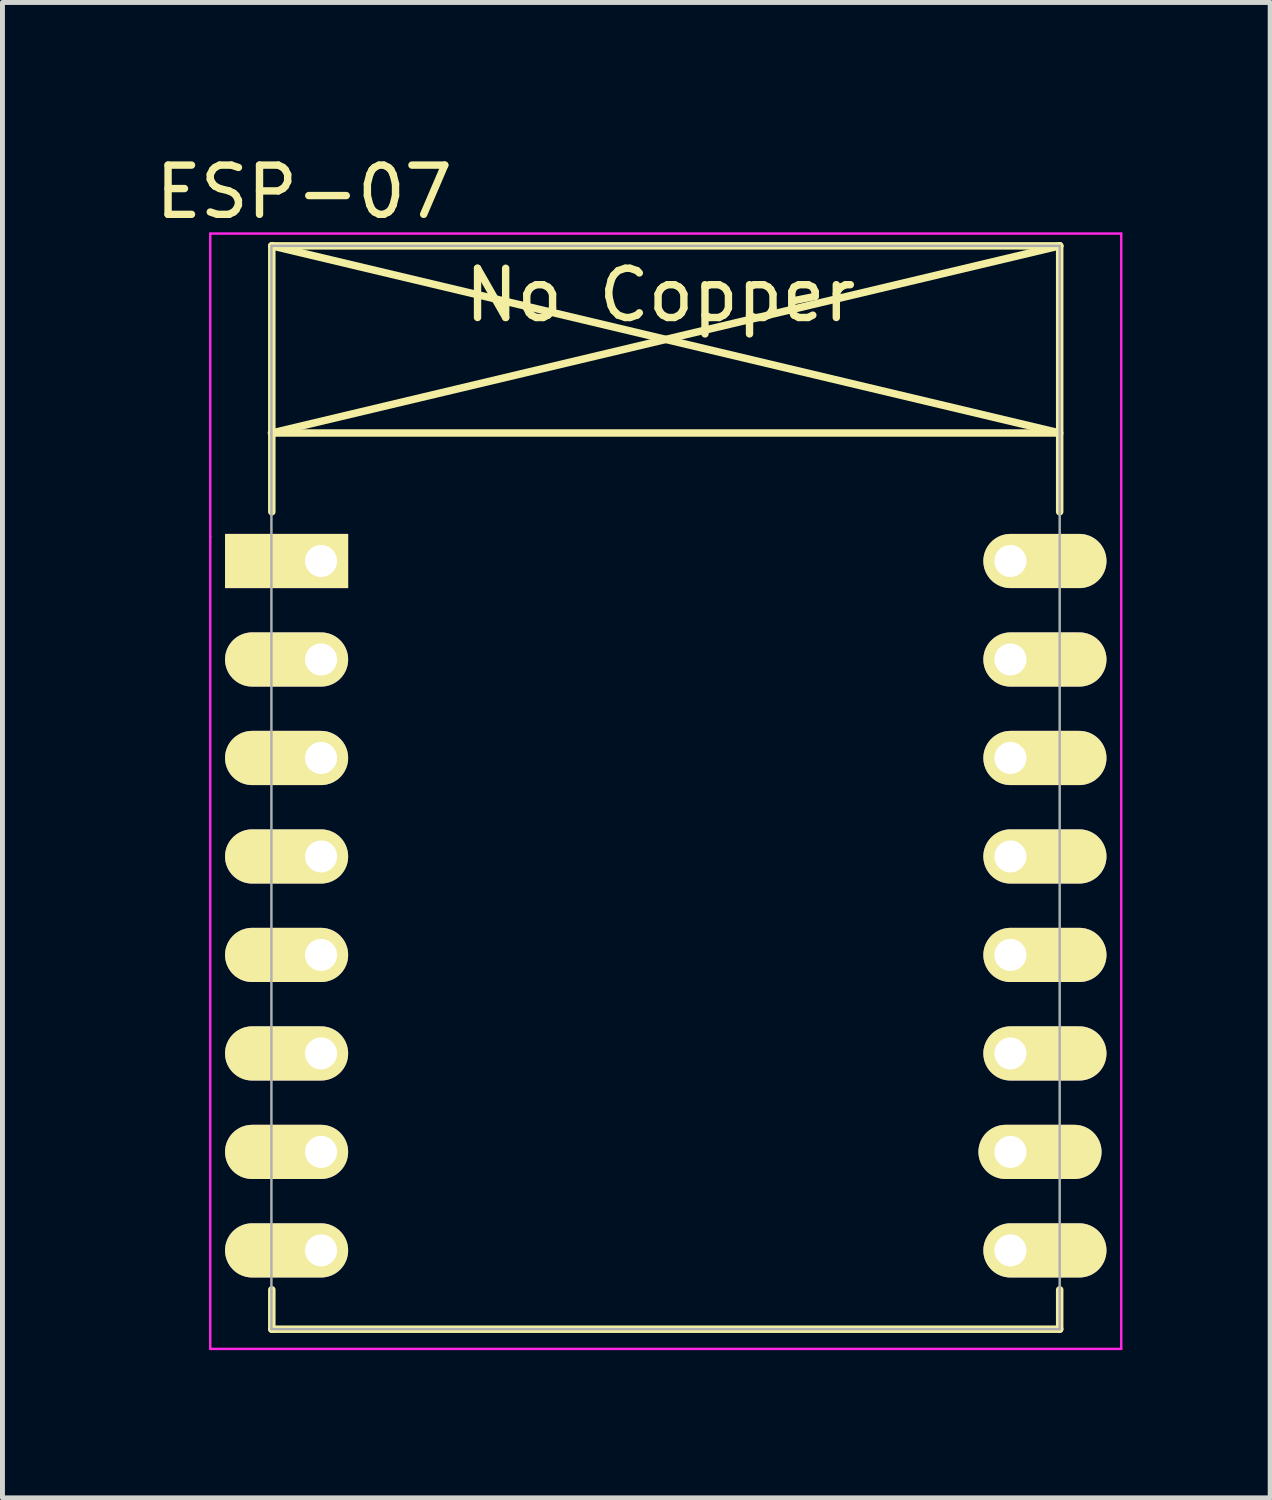
<source format=kicad_pcb>
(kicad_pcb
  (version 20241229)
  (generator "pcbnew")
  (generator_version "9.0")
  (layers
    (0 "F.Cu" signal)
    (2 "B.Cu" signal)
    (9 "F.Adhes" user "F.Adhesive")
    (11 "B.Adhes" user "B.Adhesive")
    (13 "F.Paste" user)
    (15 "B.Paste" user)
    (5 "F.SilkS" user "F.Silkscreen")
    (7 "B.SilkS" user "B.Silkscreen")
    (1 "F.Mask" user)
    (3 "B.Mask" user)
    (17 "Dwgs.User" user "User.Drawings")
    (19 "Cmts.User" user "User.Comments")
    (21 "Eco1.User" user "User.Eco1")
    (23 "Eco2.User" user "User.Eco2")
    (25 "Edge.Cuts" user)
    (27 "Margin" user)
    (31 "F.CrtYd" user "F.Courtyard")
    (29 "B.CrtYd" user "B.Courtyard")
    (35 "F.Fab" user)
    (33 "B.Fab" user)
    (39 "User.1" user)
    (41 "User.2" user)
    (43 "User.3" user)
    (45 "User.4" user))
  (footprint "ESP-07"
    (layer "F.Cu")
    (at 9.82 13.423)
    (property "Reference" "ESP-07" (at -6.695 -12.575 0) (layer "F.SilkS") (effects (font (size 1 1) (thickness 0.15))))
    (attr through_hole)
    (fp_line (start -7.358 -7.68) (end 8.642 -7.68) (stroke (width 0.152) (type solid)) (layer "F.SilkS"))
    (fp_line (start -7.35 -11.48) (end -7.35 -6.08) (stroke (width 0.152) (type solid)) (layer "F.SilkS"))
    (fp_line (start -7.35 -11.48) (end 8.65 -11.48) (stroke (width 0.152) (type solid)) (layer "F.SilkS"))
    (fp_line (start -7.35 -11.48) (end 8.65 -7.68) (stroke (width 0.152) (type solid)) (layer "F.SilkS"))
    (fp_line (start -7.35 9.72) (end -7.35 10.52) (stroke (width 0.152) (type solid)) (layer "F.SilkS"))
    (fp_line (start -7.35 10.52) (end 8.65 10.52) (stroke (width 0.152) (type solid)) (layer "F.SilkS"))
    (fp_line (start 8.65 -11.48) (end -7.35 -7.68) (stroke (width 0.152) (type solid)) (layer "F.SilkS"))
    (fp_line (start 8.65 -11.48) (end 8.65 -6.08) (stroke (width 0.152) (type solid)) (layer "F.SilkS"))
    (fp_line (start 8.65 10.52) (end 8.65 9.72) (stroke (width 0.152) (type solid)) (layer "F.SilkS"))
    (fp_line (start -8.6 -11.73) (end 9.9 -11.73) (stroke (width 0.05) (type solid)) (layer "F.CrtYd"))
    (fp_line (start -8.6 -5.58) (end -8.6 -11.73) (stroke (width 0.05) (type solid)) (layer "F.CrtYd"))
    (fp_line (start -8.6 10.92) (end -8.6 -5.58) (stroke (width 0.05) (type solid)) (layer "F.CrtYd"))
    (fp_line (start 9.9 -11.73) (end 9.9 10.92) (stroke (width 0.05) (type solid)) (layer "F.CrtYd"))
    (fp_line (start 9.9 10.92) (end -8.6 10.92) (stroke (width 0.05) (type solid)) (layer "F.CrtYd"))
    (fp_line (start -7.358 10.52) (end -7.358 -11.48) (stroke (width 0.05) (type solid)) (layer "F.Fab"))
    (fp_line (start -7.35 -11.48) (end 8.65 -11.48) (stroke (width 0.05) (type solid)) (layer "F.Fab"))
    (fp_line (start 8.65 -11.48) (end 8.65 10.52) (stroke (width 0.05) (type solid)) (layer "F.Fab"))
    (fp_line (start 8.65 10.52) (end -7.35 10.52) (stroke (width 0.05) (type solid)) (layer "F.Fab"))
    (fp_text user "No Copper" (at 0.542 -10.48 0) (layer "F.SilkS") (effects (font (size 1 1) (thickness 0.15))))
    (pad "1" thru_hole rect (at -6.35 -5.08) (size 2.5 1.1) (drill 0.65 (offset -0.7 0)) (layers "*.Cu" "*.Mask" "F.SilkS" "F.Paste"))
    (pad "2" thru_hole oval (at -6.35 -3.08) (size 2.5 1.1) (drill 0.65 (offset -0.7 0)) (layers "*.Cu" "*.Mask" "F.SilkS" "F.Paste"))
    (pad "3" thru_hole oval (at -6.35 -1.08) (size 2.5 1.1) (drill 0.65 (offset -0.7 0)) (layers "*.Cu" "*.Mask" "F.SilkS" "F.Paste"))
    (pad "4" thru_hole oval (at -6.35 0.92) (size 2.5 1.1) (drill 0.65 (offset -0.7 0)) (layers "*.Cu" "*.Mask" "F.SilkS" "F.Paste"))
    (pad "5" thru_hole oval (at -6.35 2.92) (size 2.5 1.1) (drill 0.65 (offset -0.7 0)) (layers "*.Cu" "*.Mask" "F.SilkS" "F.Paste"))
    (pad "6" thru_hole oval (at -6.35 4.92) (size 2.5 1.1) (drill 0.65 (offset -0.7 0)) (layers "*.Cu" "*.Mask" "F.SilkS" "F.Paste"))
    (pad "7" thru_hole oval (at -6.35 6.92) (size 2.5 1.1) (drill 0.65 (offset -0.7 0)) (layers "*.Cu" "*.Mask" "F.SilkS" "F.Paste"))
    (pad "8" thru_hole oval (at -6.35 8.92) (size 2.5 1.1) (drill 0.65 (offset -0.7 0)) (layers "*.Cu" "*.Mask" "F.SilkS" "F.Paste"))
    (pad "9" thru_hole oval (at 7.65 8.92) (size 2.5 1.1) (drill 0.65 (offset 0.7 0)) (layers "*.Cu" "*.Mask" "F.SilkS" "F.Paste"))
    (pad "10" thru_hole oval (at 7.65 6.92) (size 2.5 1.1) (drill 0.65 (offset 0.6 0)) (layers "*.Cu" "*.Mask" "F.SilkS" "F.Paste"))
    (pad "11" thru_hole oval (at 7.65 4.92) (size 2.5 1.1) (drill 0.65 (offset 0.7 0)) (layers "*.Cu" "*.Mask" "F.SilkS" "F.Paste"))
    (pad "12" thru_hole oval (at 7.65 2.92) (size 2.5 1.1) (drill 0.65 (offset 0.7 0)) (layers "*.Cu" "*.Mask" "F.SilkS" "F.Paste"))
    (pad "13" thru_hole oval (at 7.65 0.92) (size 2.5 1.1) (drill 0.65 (offset 0.7 0)) (layers "*.Cu" "*.Mask" "F.SilkS" "F.Paste"))
    (pad "14" thru_hole oval (at 7.65 -1.08) (size 2.5 1.1) (drill 0.65 (offset 0.7 0)) (layers "*.Cu" "*.Mask" "F.SilkS" "F.Paste"))
    (pad "15" thru_hole oval (at 7.65 -3.08) (size 2.5 1.1) (drill 0.65 (offset 0.7 0)) (layers "*.Cu" "*.Mask" "F.SilkS" "F.Paste"))
    (pad "16" thru_hole oval (at 7.65 -5.08) (size 2.5 1.1) (drill 0.65 (offset 0.7 0)) (layers "*.Cu" "*.Mask" "F.SilkS" "F.Paste")))
  (gr_rect
    (start -3 -3)
    (end 22.745 27.368)
    (stroke (width 0.1) (type default))
    (fill no)
    (layer "Edge.Cuts")))
</source>
